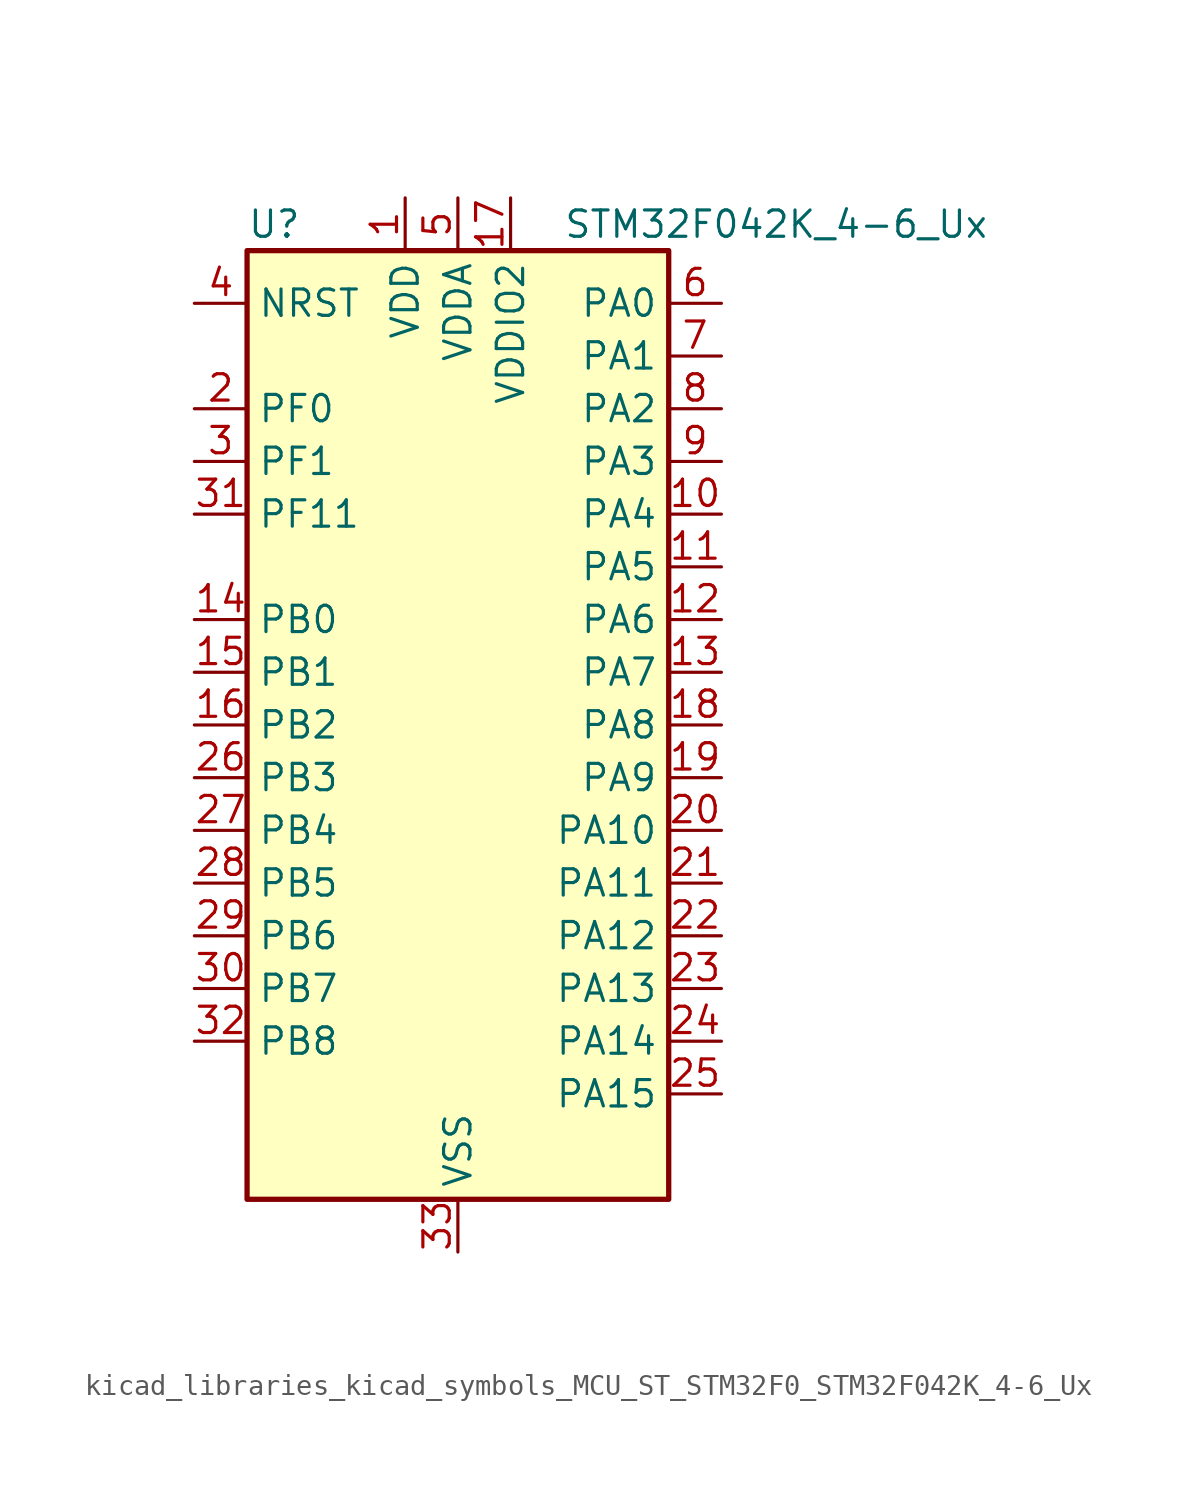
<source format=kicad_sym>
(kicad_symbol_lib
  (version 20220914)
  (generator kicad_symbol_editor)
  (symbol "kicad_libraries_kicad_symbols_MCU_ST_STM32F0_STM32F042K_4-6_Ux"
    (property "Reference" "U"
      (at -10.16 24.13 0)
      (effects (font (size 1.27 1.27)) (justify left)))
    (property "Value" "STM32F042K_4-6_Ux"
      (at 5.08 24.13 0)
      (effects (font (size 1.27 1.27)) (justify left)))
    (property "ki_locked" ""
      (at 0 0 0)
      (effects (font (size 1.27 1.27))))
    (symbol "kicad_libraries_kicad_symbols_MCU_ST_STM32F0_STM32F042K_4-6_Ux_0_1"
      (rectangle (start -10.16 -22.86) (end 10.16 22.86) (stroke (width 0.254) (type default)) (fill (type background))))
    (symbol "kicad_libraries_kicad_symbols_MCU_ST_STM32F0_STM32F042K_4-6_Ux_1_1"
      (pin power_in line (at -2.54 25.4 270) (length 2.54) (name "VDD" (effects (font (size 1.27 1.27)))) (number "1" (effects (font (size 1.27 1.27)))))
      (pin bidirectional line (at 12.7 10.16 180) (length 2.54) (name "PA4" (effects (font (size 1.27 1.27)))) (number "10" (effects (font (size 1.27 1.27)))) (alternate "ADC_IN4" bidirectional line) (alternate "I2S1_WS" bidirectional line) (alternate "SPI1_NSS" bidirectional line) (alternate "TIM14_CH1" bidirectional line) (alternate "TSC_G2_IO1" bidirectional line) (alternate "USART2_CK" bidirectional line) (alternate "USB_NOE" bidirectional line))
      (pin bidirectional line (at 12.7 7.62 180) (length 2.54) (name "PA5" (effects (font (size 1.27 1.27)))) (number "11" (effects (font (size 1.27 1.27)))) (alternate "ADC_IN5" bidirectional line) (alternate "CEC" bidirectional line) (alternate "I2S1_CK" bidirectional line) (alternate "SPI1_SCK" bidirectional line) (alternate "TIM2_CH1" bidirectional line) (alternate "TIM2_ETR" bidirectional line) (alternate "TSC_G2_IO2" bidirectional line))
      (pin bidirectional line (at 12.7 5.08 180) (length 2.54) (name "PA6" (effects (font (size 1.27 1.27)))) (number "12" (effects (font (size 1.27 1.27)))) (alternate "ADC_IN6" bidirectional line) (alternate "I2S1_MCK" bidirectional line) (alternate "SPI1_MISO" bidirectional line) (alternate "TIM16_CH1" bidirectional line) (alternate "TIM1_BKIN" bidirectional line) (alternate "TIM3_CH1" bidirectional line) (alternate "TSC_G2_IO3" bidirectional line))
      (pin bidirectional line (at 12.7 2.54 180) (length 2.54) (name "PA7" (effects (font (size 1.27 1.27)))) (number "13" (effects (font (size 1.27 1.27)))) (alternate "ADC_IN7" bidirectional line) (alternate "I2S1_SD" bidirectional line) (alternate "SPI1_MOSI" bidirectional line) (alternate "TIM14_CH1" bidirectional line) (alternate "TIM17_CH1" bidirectional line) (alternate "TIM1_CH1N" bidirectional line) (alternate "TIM3_CH2" bidirectional line) (alternate "TSC_G2_IO4" bidirectional line))
      (pin bidirectional line (at -12.7 5.08 0) (length 2.54) (name "PB0" (effects (font (size 1.27 1.27)))) (number "14" (effects (font (size 1.27 1.27)))) (alternate "ADC_IN8" bidirectional line) (alternate "TIM1_CH2N" bidirectional line) (alternate "TIM3_CH3" bidirectional line) (alternate "TSC_G3_IO2" bidirectional line))
      (pin bidirectional line (at -12.7 2.54 0) (length 2.54) (name "PB1" (effects (font (size 1.27 1.27)))) (number "15" (effects (font (size 1.27 1.27)))) (alternate "ADC_IN9" bidirectional line) (alternate "TIM14_CH1" bidirectional line) (alternate "TIM1_CH3N" bidirectional line) (alternate "TIM3_CH4" bidirectional line) (alternate "TSC_G3_IO3" bidirectional line))
      (pin bidirectional line (at -12.7 0 0) (length 2.54) (name "PB2" (effects (font (size 1.27 1.27)))) (number "16" (effects (font (size 1.27 1.27)))) (alternate "TSC_G3_IO4" bidirectional line))
      (pin power_in line (at 2.54 25.4 270) (length 2.54) (name "VDDIO2" (effects (font (size 1.27 1.27)))) (number "17" (effects (font (size 1.27 1.27)))))
      (pin bidirectional line (at 12.7 0 180) (length 2.54) (name "PA8" (effects (font (size 1.27 1.27)))) (number "18" (effects (font (size 1.27 1.27)))) (alternate "CRS_SYNC" bidirectional line) (alternate "RCC_MCO" bidirectional line) (alternate "TIM1_CH1" bidirectional line) (alternate "USART1_CK" bidirectional line))
      (pin bidirectional line (at 12.7 -2.54 180) (length 2.54) (name "PA9" (effects (font (size 1.27 1.27)))) (number "19" (effects (font (size 1.27 1.27)))) (alternate "I2C1_SCL" bidirectional line) (alternate "TIM1_CH2" bidirectional line) (alternate "TSC_G4_IO1" bidirectional line) (alternate "USART1_TX" bidirectional line))
      (pin bidirectional line (at -12.7 15.24 0) (length 2.54) (name "PF0" (effects (font (size 1.27 1.27)))) (number "2" (effects (font (size 1.27 1.27)))) (alternate "CRS_SYNC" bidirectional line) (alternate "I2C1_SDA" bidirectional line) (alternate "RCC_OSC_IN" bidirectional line))
      (pin bidirectional line (at 12.7 -5.08 180) (length 2.54) (name "PA10" (effects (font (size 1.27 1.27)))) (number "20" (effects (font (size 1.27 1.27)))) (alternate "I2C1_SDA" bidirectional line) (alternate "TIM17_BKIN" bidirectional line) (alternate "TIM1_CH3" bidirectional line) (alternate "TSC_G4_IO2" bidirectional line) (alternate "USART1_RX" bidirectional line))
      (pin bidirectional line (at 12.7 -7.62 180) (length 2.54) (name "PA11" (effects (font (size 1.27 1.27)))) (number "21" (effects (font (size 1.27 1.27)))) (alternate "CAN_RX" bidirectional line) (alternate "I2C1_SCL" bidirectional line) (alternate "TIM1_CH4" bidirectional line) (alternate "TSC_G4_IO3" bidirectional line) (alternate "USART1_CTS" bidirectional line) (alternate "USB_DM" bidirectional line))
      (pin bidirectional line (at 12.7 -10.16 180) (length 2.54) (name "PA12" (effects (font (size 1.27 1.27)))) (number "22" (effects (font (size 1.27 1.27)))) (alternate "CAN_TX" bidirectional line) (alternate "I2C1_SDA" bidirectional line) (alternate "TIM1_ETR" bidirectional line) (alternate "TSC_G4_IO4" bidirectional line) (alternate "USART1_DE" bidirectional line) (alternate "USART1_RTS" bidirectional line) (alternate "USB_DP" bidirectional line))
      (pin bidirectional line (at 12.7 -12.7 180) (length 2.54) (name "PA13" (effects (font (size 1.27 1.27)))) (number "23" (effects (font (size 1.27 1.27)))) (alternate "IR_OUT" bidirectional line) (alternate "SYS_SWDIO" bidirectional line) (alternate "USB_NOE" bidirectional line))
      (pin bidirectional line (at 12.7 -15.24 180) (length 2.54) (name "PA14" (effects (font (size 1.27 1.27)))) (number "24" (effects (font (size 1.27 1.27)))) (alternate "SYS_SWCLK" bidirectional line) (alternate "USART2_TX" bidirectional line))
      (pin bidirectional line (at 12.7 -17.78 180) (length 2.54) (name "PA15" (effects (font (size 1.27 1.27)))) (number "25" (effects (font (size 1.27 1.27)))) (alternate "I2S1_WS" bidirectional line) (alternate "SPI1_NSS" bidirectional line) (alternate "TIM2_CH1" bidirectional line) (alternate "TIM2_ETR" bidirectional line) (alternate "USART2_RX" bidirectional line) (alternate "USB_NOE" bidirectional line))
      (pin bidirectional line (at -12.7 -2.54 0) (length 2.54) (name "PB3" (effects (font (size 1.27 1.27)))) (number "26" (effects (font (size 1.27 1.27)))) (alternate "I2S1_CK" bidirectional line) (alternate "SPI1_SCK" bidirectional line) (alternate "TIM2_CH2" bidirectional line) (alternate "TSC_G5_IO1" bidirectional line))
      (pin bidirectional line (at -12.7 -5.08 0) (length 2.54) (name "PB4" (effects (font (size 1.27 1.27)))) (number "27" (effects (font (size 1.27 1.27)))) (alternate "I2S1_MCK" bidirectional line) (alternate "SPI1_MISO" bidirectional line) (alternate "TIM17_BKIN" bidirectional line) (alternate "TIM3_CH1" bidirectional line) (alternate "TSC_G5_IO2" bidirectional line))
      (pin bidirectional line (at -12.7 -7.62 0) (length 2.54) (name "PB5" (effects (font (size 1.27 1.27)))) (number "28" (effects (font (size 1.27 1.27)))) (alternate "I2C1_SMBA" bidirectional line) (alternate "I2S1_SD" bidirectional line) (alternate "SPI1_MOSI" bidirectional line) (alternate "SYS_WKUP6" bidirectional line) (alternate "TIM16_BKIN" bidirectional line) (alternate "TIM3_CH2" bidirectional line))
      (pin bidirectional line (at -12.7 -10.16 0) (length 2.54) (name "PB6" (effects (font (size 1.27 1.27)))) (number "29" (effects (font (size 1.27 1.27)))) (alternate "I2C1_SCL" bidirectional line) (alternate "TIM16_CH1N" bidirectional line) (alternate "TSC_G5_IO3" bidirectional line) (alternate "USART1_TX" bidirectional line))
      (pin bidirectional line (at -12.7 12.7 0) (length 2.54) (name "PF1" (effects (font (size 1.27 1.27)))) (number "3" (effects (font (size 1.27 1.27)))) (alternate "I2C1_SCL" bidirectional line) (alternate "RCC_OSC_OUT" bidirectional line))
      (pin bidirectional line (at -12.7 -12.7 0) (length 2.54) (name "PB7" (effects (font (size 1.27 1.27)))) (number "30" (effects (font (size 1.27 1.27)))) (alternate "I2C1_SDA" bidirectional line) (alternate "TIM17_CH1N" bidirectional line) (alternate "TSC_G5_IO4" bidirectional line) (alternate "USART1_RX" bidirectional line))
      (pin bidirectional line (at -12.7 10.16 0) (length 2.54) (name "PF11" (effects (font (size 1.27 1.27)))) (number "31" (effects (font (size 1.27 1.27)))))
      (pin bidirectional line (at -12.7 -15.24 0) (length 2.54) (name "PB8" (effects (font (size 1.27 1.27)))) (number "32" (effects (font (size 1.27 1.27)))) (alternate "CAN_RX" bidirectional line) (alternate "CEC" bidirectional line) (alternate "I2C1_SCL" bidirectional line) (alternate "TIM16_CH1" bidirectional line) (alternate "TSC_SYNC" bidirectional line))
      (pin power_in line (at 0 -25.4 90) (length 2.54) (name "VSS" (effects (font (size 1.27 1.27)))) (number "33" (effects (font (size 1.27 1.27)))))
      (pin input line (at -12.7 20.32 0) (length 2.54) (name "NRST" (effects (font (size 1.27 1.27)))) (number "4" (effects (font (size 1.27 1.27)))))
      (pin power_in line (at 0 25.4 270) (length 2.54) (name "VDDA" (effects (font (size 1.27 1.27)))) (number "5" (effects (font (size 1.27 1.27)))))
      (pin bidirectional line (at 12.7 20.32 180) (length 2.54) (name "PA0" (effects (font (size 1.27 1.27)))) (number "6" (effects (font (size 1.27 1.27)))) (alternate "ADC_IN0" bidirectional line) (alternate "RTC_TAMP2" bidirectional line) (alternate "SYS_WKUP1" bidirectional line) (alternate "TIM2_CH1" bidirectional line) (alternate "TIM2_ETR" bidirectional line) (alternate "TSC_G1_IO1" bidirectional line) (alternate "USART2_CTS" bidirectional line))
      (pin bidirectional line (at 12.7 17.78 180) (length 2.54) (name "PA1" (effects (font (size 1.27 1.27)))) (number "7" (effects (font (size 1.27 1.27)))) (alternate "ADC_IN1" bidirectional line) (alternate "TIM2_CH2" bidirectional line) (alternate "TSC_G1_IO2" bidirectional line) (alternate "USART2_DE" bidirectional line) (alternate "USART2_RTS" bidirectional line))
      (pin bidirectional line (at 12.7 15.24 180) (length 2.54) (name "PA2" (effects (font (size 1.27 1.27)))) (number "8" (effects (font (size 1.27 1.27)))) (alternate "ADC_IN2" bidirectional line) (alternate "SYS_WKUP4" bidirectional line) (alternate "TIM2_CH3" bidirectional line) (alternate "TSC_G1_IO3" bidirectional line) (alternate "USART2_TX" bidirectional line))
      (pin bidirectional line (at 12.7 12.7 180) (length 2.54) (name "PA3" (effects (font (size 1.27 1.27)))) (number "9" (effects (font (size 1.27 1.27)))) (alternate "ADC_IN3" bidirectional line) (alternate "TIM2_CH4" bidirectional line) (alternate "TSC_G1_IO4" bidirectional line) (alternate "USART2_RX" bidirectional line)))))
</source>
